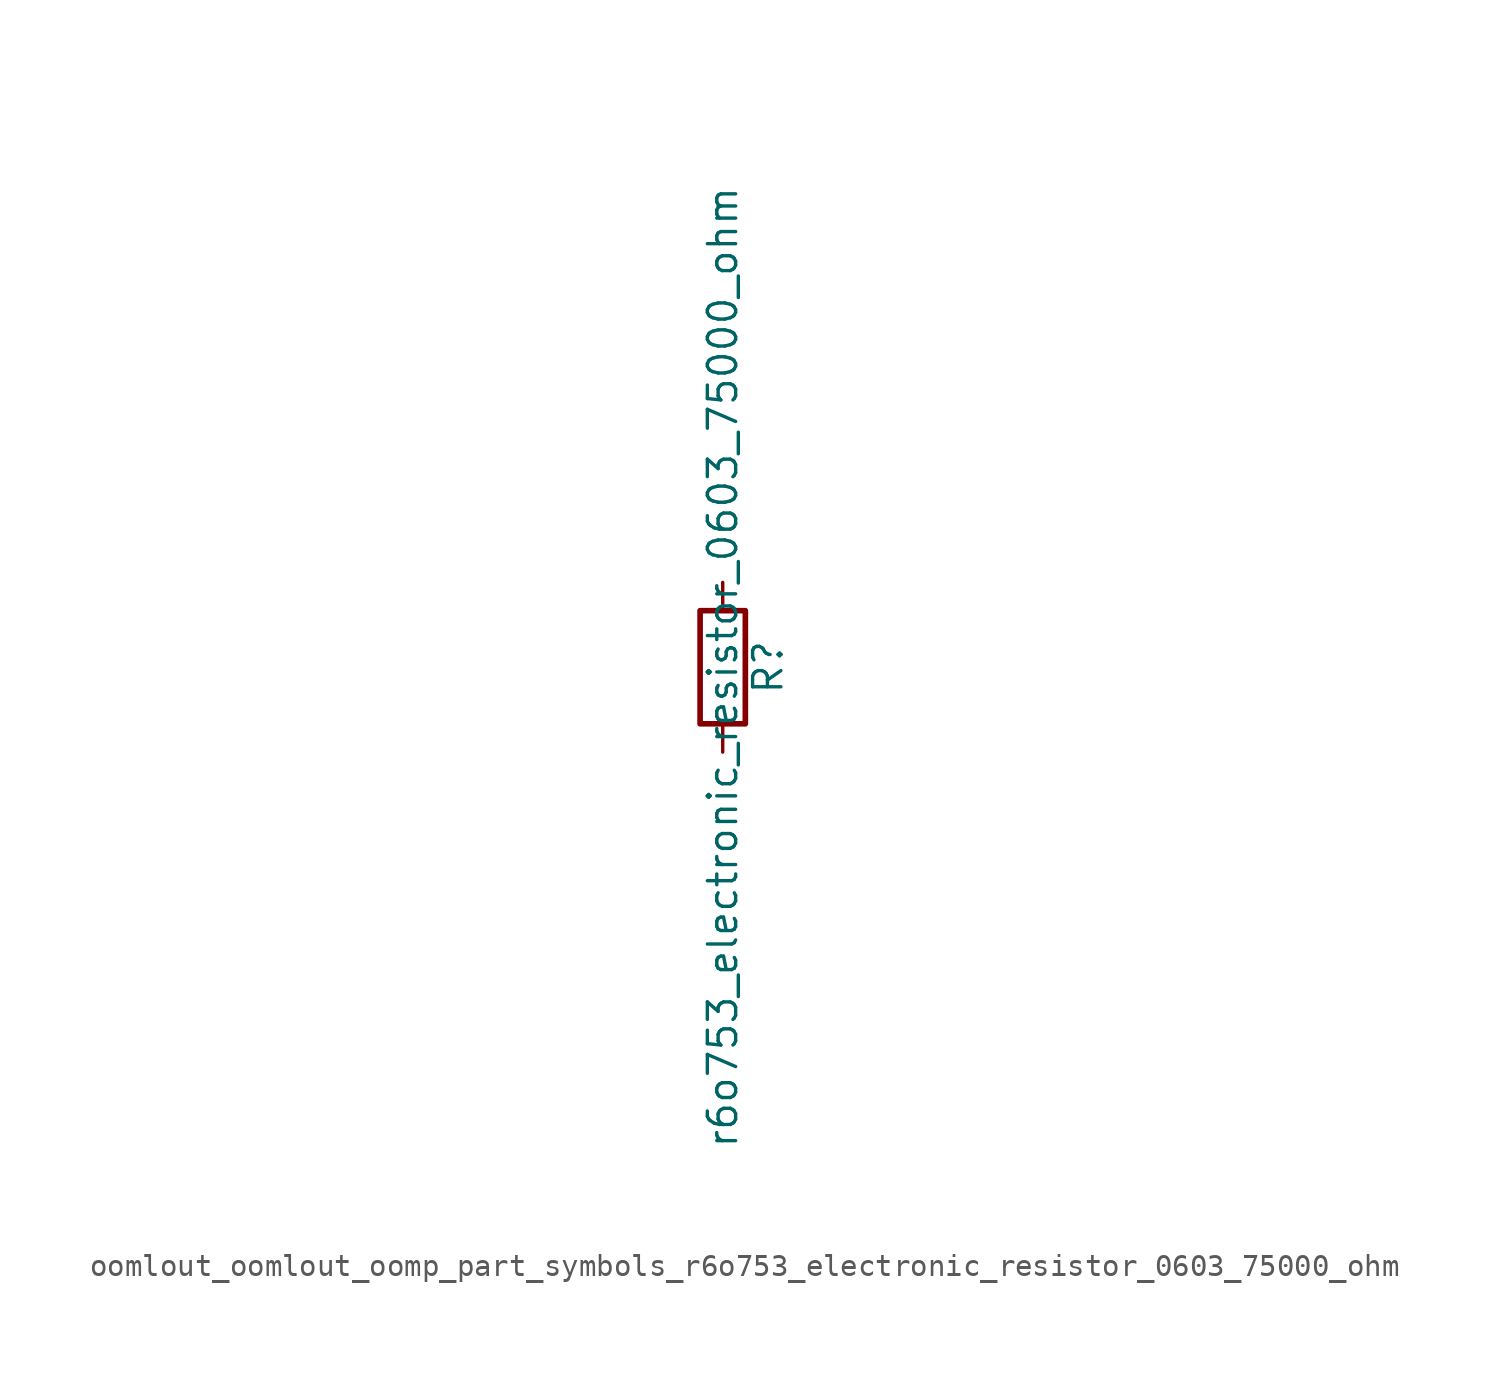
<source format=kicad_sym>
(kicad_symbol_lib
  (version 20220914)
  (generator kicad_symbol_editor)
  (symbol "oomlout_oomlout_oomp_part_symbols_r6o753_electronic_resistor_0603_75000_ohm"
    (pin_numbers hide)
    (pin_names
      (offset 0))
    (property "Reference" "R"
      (at 2.032 0 90)
      (effects (font (size 1.27 1.27))))
    (property "Value" "r6o753_electronic_resistor_0603_75000_ohm"
      (at 0 0 90)
      (effects (font (size 1.27 1.27))))
    (symbol "oomlout_oomlout_oomp_part_symbols_r6o753_electronic_resistor_0603_75000_ohm_0_1"
      (rectangle (start -1.016 -2.54) (end 1.016 2.54) (stroke (width 0.254) (type default)) (fill (type none))))
    (symbol "oomlout_oomlout_oomp_part_symbols_r6o753_electronic_resistor_0603_75000_ohm_1_1"
      (pin passive line (at 0 3.81 270) (length 1.27) (name "~" (effects (font (size 1.27 1.27)))) (number "1" (effects (font (size 1.27 1.27)))))
      (pin passive line (at 0 -3.81 90) (length 1.27) (name "~" (effects (font (size 1.27 1.27)))) (number "2" (effects (font (size 1.27 1.27))))))))
</source>
